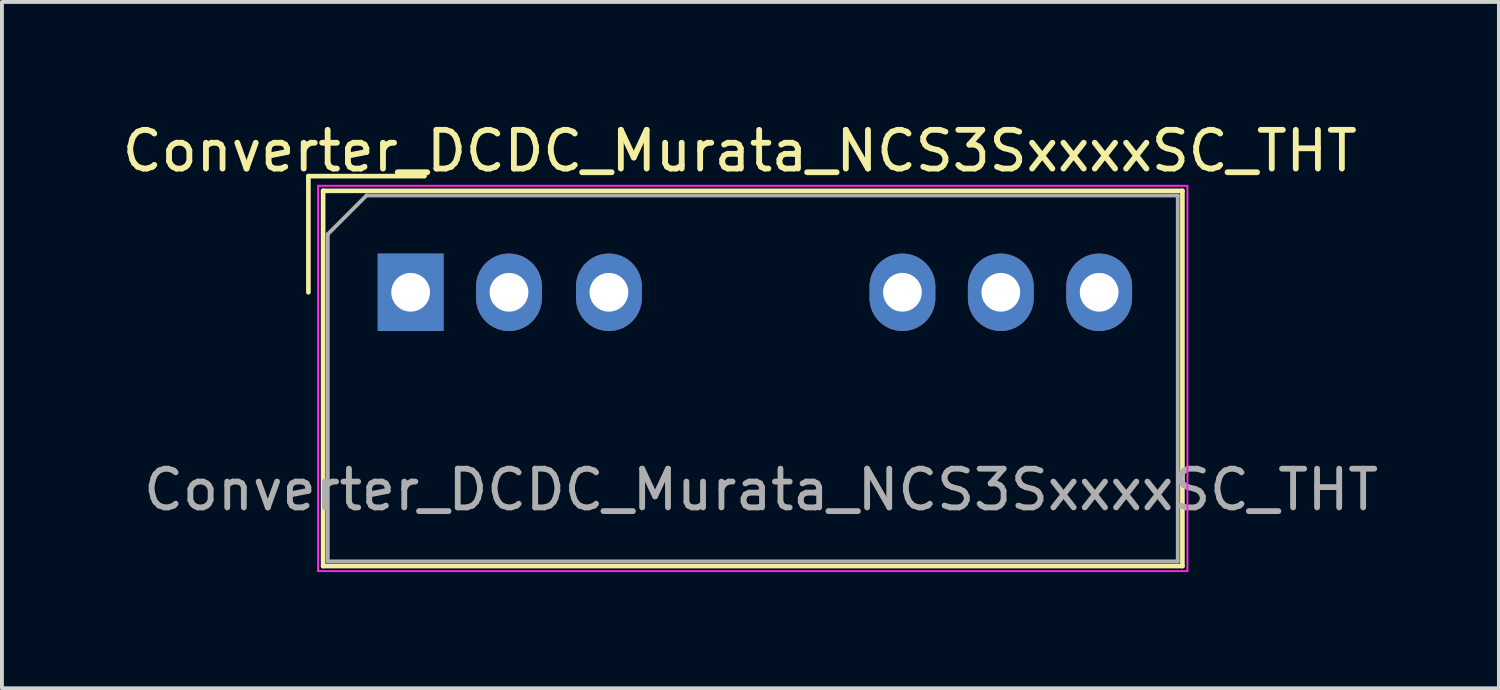
<source format=kicad_pcb>
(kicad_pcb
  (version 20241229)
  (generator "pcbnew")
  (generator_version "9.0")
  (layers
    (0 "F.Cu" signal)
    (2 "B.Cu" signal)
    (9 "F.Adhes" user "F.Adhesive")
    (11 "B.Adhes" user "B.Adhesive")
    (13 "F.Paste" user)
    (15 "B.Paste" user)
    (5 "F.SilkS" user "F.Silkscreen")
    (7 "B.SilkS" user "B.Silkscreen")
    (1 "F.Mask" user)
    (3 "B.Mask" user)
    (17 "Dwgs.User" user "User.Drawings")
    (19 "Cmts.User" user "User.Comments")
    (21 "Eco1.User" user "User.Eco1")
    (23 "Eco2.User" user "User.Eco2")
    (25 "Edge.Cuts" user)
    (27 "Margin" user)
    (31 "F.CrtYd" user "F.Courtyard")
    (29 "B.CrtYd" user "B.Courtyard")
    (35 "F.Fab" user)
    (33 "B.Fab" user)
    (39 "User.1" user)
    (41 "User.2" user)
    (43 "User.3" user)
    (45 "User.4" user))
  (footprint "Converter_DCDC_Murata_NCS3SxxxxSC_THT"
    (layer "F.Cu")
    (at 7.554 4.498)
    (property "Reference" "Converter_DCDC_Murata_NCS3SxxxxSC_THT" (at 8.5 -3.65 0) (layer "F.SilkS") (effects (font (size 1 1) (thickness 0.15))))
    (attr through_hole)
    (fp_line (start -2.64 -3) (end 0.36 -3) (stroke (width 0.12) (type solid)) (layer "F.SilkS"))
    (fp_line (start -2.64 0) (end -2.64 -3) (stroke (width 0.12) (type solid)) (layer "F.SilkS"))
    (fp_line (start -2.26 -2.62) (end -2.26 7.07) (stroke (width 0.12) (type solid)) (layer "F.SilkS"))
    (fp_line (start -2.26 -2.62) (end 19.93 -2.62) (stroke (width 0.12) (type solid)) (layer "F.SilkS"))
    (fp_line (start -2.26 7.07) (end 19.93 7.07) (stroke (width 0.12) (type solid)) (layer "F.SilkS"))
    (fp_line (start 19.93 -2.62) (end 19.93 7.07) (stroke (width 0.12) (type solid)) (layer "F.SilkS"))
    (fp_line (start -2.39 -2.75) (end -2.39 7.2) (stroke (width 0.05) (type solid)) (layer "F.CrtYd"))
    (fp_line (start -2.39 -2.75) (end 20.06 -2.75) (stroke (width 0.05) (type solid)) (layer "F.CrtYd"))
    (fp_line (start -2.39 7.2) (end 20.06 7.2) (stroke (width 0.05) (type solid)) (layer "F.CrtYd"))
    (fp_line (start 20.06 -2.75) (end 20.06 7.2) (stroke (width 0.05) (type solid)) (layer "F.CrtYd"))
    (fp_line (start -2.14 -1.5) (end -1.14 -2.5) (stroke (width 0.1) (type solid)) (layer "F.Fab"))
    (fp_line (start -2.14 6.95) (end -2.14 -1.5) (stroke (width 0.1) (type solid)) (layer "F.Fab"))
    (fp_line (start -1.14 -2.5) (end 19.81 -2.5) (stroke (width 0.1) (type solid)) (layer "F.Fab"))
    (fp_line (start 19.81 -2.5) (end 19.81 6.95) (stroke (width 0.1) (type solid)) (layer "F.Fab"))
    (fp_line (start 19.81 6.95) (end -2.14 6.95) (stroke (width 0.1) (type solid)) (layer "F.Fab"))
    (fp_text user "${REFERENCE}" (at 9.05 5.1 0) (layer "F.Fab") (effects (font (size 1 1) (thickness 0.15))))
    (pad "1" thru_hole rect (at 0 0) (size 1.7 2) (drill 1) (layers "*.Cu" "*.Mask"))
    (pad "2" thru_hole oval (at 2.54 0) (size 1.7 2) (drill 1) (layers "*.Cu" "*.Mask"))
    (pad "3" thru_hole oval (at 5.12 0) (size 1.7 2) (drill 1) (layers "*.Cu" "*.Mask"))
    (pad "6" thru_hole oval (at 12.7 0) (size 1.7 2) (drill 1) (layers "*.Cu" "*.Mask"))
    (pad "7" thru_hole oval (at 15.24 0) (size 1.7 2) (drill 1) (layers "*.Cu" "*.Mask"))
    (pad "8" thru_hole oval (at 17.78 0) (size 1.7 2) (drill 1) (layers "*.Cu" "*.Mask")))
  (gr_rect
    (start -3 -3)
    (end 35.657 14.723)
    (stroke (width 0.1) (type default))
    (fill no)
    (layer "Edge.Cuts")))
</source>
